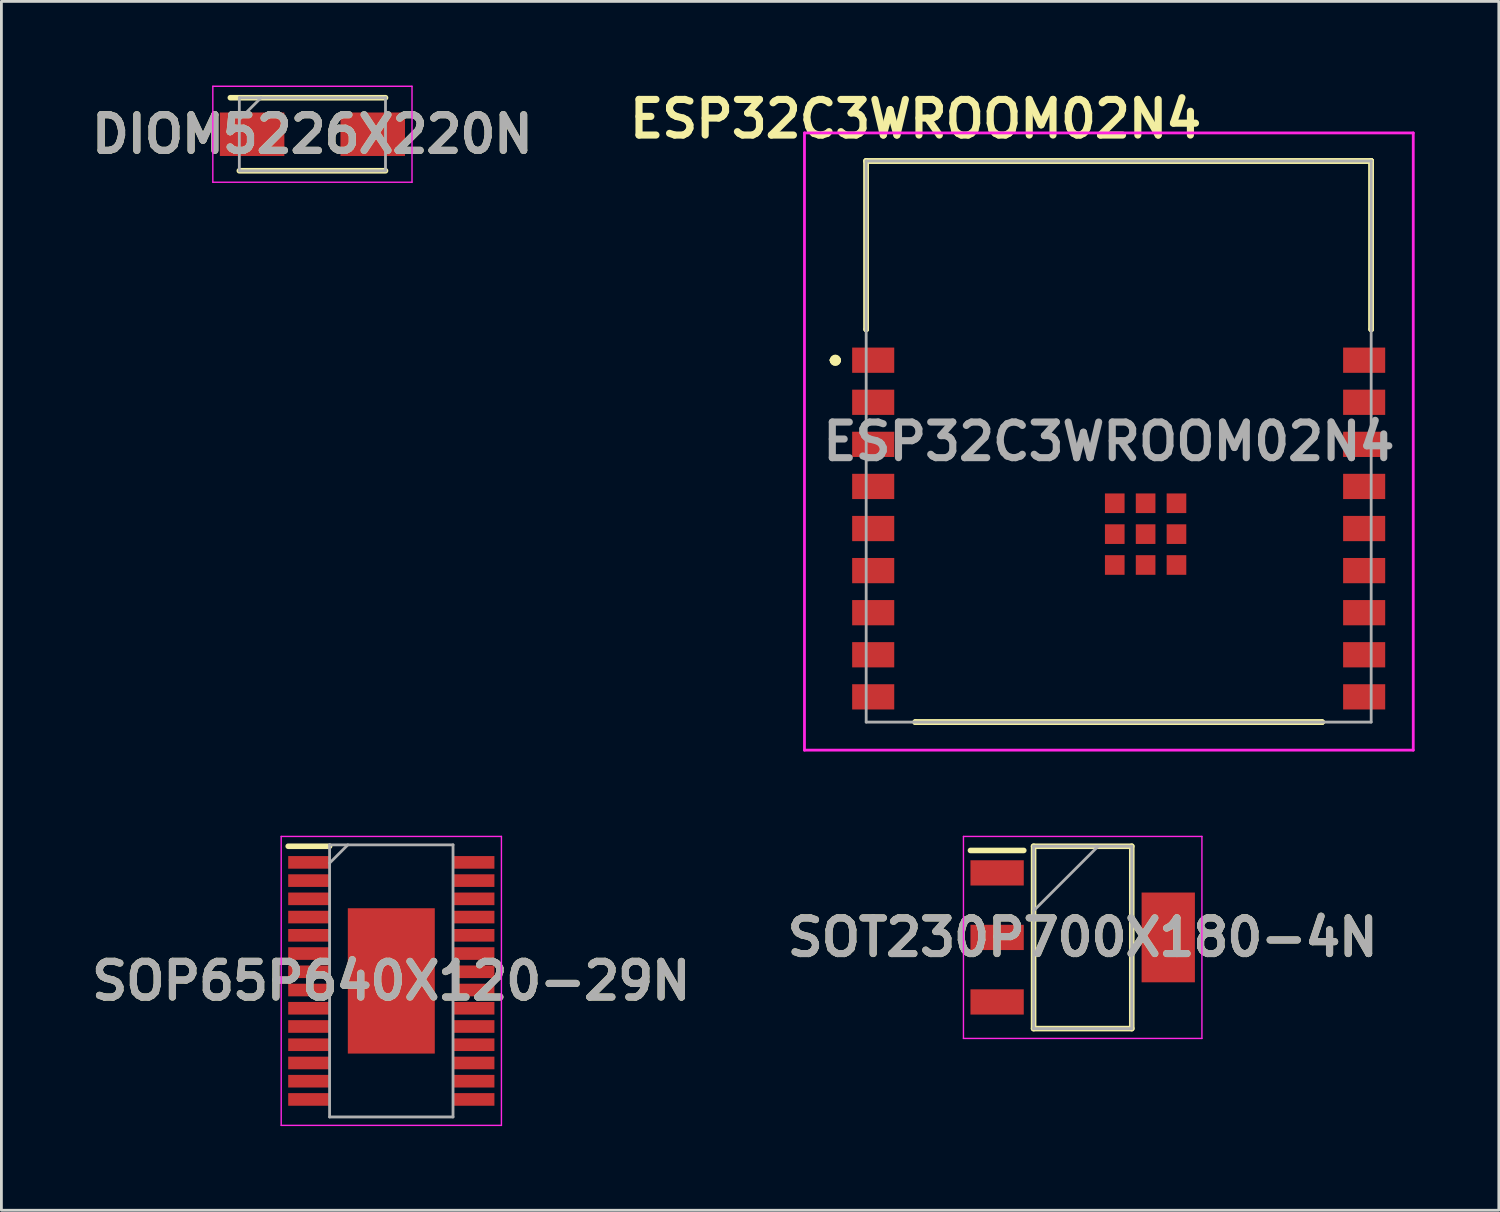
<source format=kicad_pcb>
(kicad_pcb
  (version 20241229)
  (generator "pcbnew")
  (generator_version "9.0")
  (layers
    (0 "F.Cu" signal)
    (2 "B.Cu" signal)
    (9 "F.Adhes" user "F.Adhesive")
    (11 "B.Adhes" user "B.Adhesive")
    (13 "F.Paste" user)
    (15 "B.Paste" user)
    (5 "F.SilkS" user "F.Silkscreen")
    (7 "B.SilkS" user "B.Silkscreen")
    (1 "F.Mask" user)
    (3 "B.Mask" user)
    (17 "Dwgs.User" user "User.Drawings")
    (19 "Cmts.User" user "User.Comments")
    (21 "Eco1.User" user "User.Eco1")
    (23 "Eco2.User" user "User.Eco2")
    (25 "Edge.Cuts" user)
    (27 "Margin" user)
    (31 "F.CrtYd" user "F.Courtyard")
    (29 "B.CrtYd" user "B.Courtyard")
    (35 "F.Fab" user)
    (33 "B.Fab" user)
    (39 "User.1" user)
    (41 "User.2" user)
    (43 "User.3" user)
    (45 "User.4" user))
  (footprint "SOT230P700X180-4N"
    (layer "F.Cu")
    (at 35.542 30.364)
    (property "Reference" "SOT230P700X180-4N" (at 0 0 0) (layer "F.SilkS") (effects (font (size 1.27 1.27) (thickness 0.254))))
    (attr smd)
    (fp_line (start -4 -3.1) (end -2.1 -3.1) (stroke (width 0.2) (type solid)) (layer "F.SilkS"))
    (fp_line (start -1.75 -3.25) (end 1.75 -3.25) (stroke (width 0.2) (type solid)) (layer "F.SilkS"))
    (fp_line (start -1.75 3.25) (end -1.75 -3.25) (stroke (width 0.2) (type solid)) (layer "F.SilkS"))
    (fp_line (start 1.75 -3.25) (end 1.75 3.25) (stroke (width 0.2) (type solid)) (layer "F.SilkS"))
    (fp_line (start 1.75 3.25) (end -1.75 3.25) (stroke (width 0.2) (type solid)) (layer "F.SilkS"))
    (fp_line (start -4.25 -3.6) (end 4.25 -3.6) (stroke (width 0.05) (type solid)) (layer "F.CrtYd"))
    (fp_line (start -4.25 3.6) (end -4.25 -3.6) (stroke (width 0.05) (type solid)) (layer "F.CrtYd"))
    (fp_line (start 4.25 -3.6) (end 4.25 3.6) (stroke (width 0.05) (type solid)) (layer "F.CrtYd"))
    (fp_line (start 4.25 3.6) (end -4.25 3.6) (stroke (width 0.05) (type solid)) (layer "F.CrtYd"))
    (fp_line (start -1.75 -3.25) (end 1.75 -3.25) (stroke (width 0.1) (type solid)) (layer "F.Fab"))
    (fp_line (start -1.75 -0.95) (end 0.55 -3.25) (stroke (width 0.1) (type solid)) (layer "F.Fab"))
    (fp_line (start -1.75 3.25) (end -1.75 -3.25) (stroke (width 0.1) (type solid)) (layer "F.Fab"))
    (fp_line (start 1.75 -3.25) (end 1.75 3.25) (stroke (width 0.1) (type solid)) (layer "F.Fab"))
    (fp_line (start 1.75 3.25) (end -1.75 3.25) (stroke (width 0.1) (type solid)) (layer "F.Fab"))
    (fp_text user "${REFERENCE}" (at 0 0 0) (layer "F.Fab") (effects (font (size 1.27 1.27) (thickness 0.254))))
    (pad "1" smd rect (at -3.05 -2.3 90) (size 0.9 1.9) (layers "F.Cu" "F.Mask" "F.Paste"))
    (pad "2" smd rect (at -3.05 0 90) (size 0.9 1.9) (layers "F.Cu" "F.Mask" "F.Paste"))
    (pad "3" smd rect (at -3.05 2.3 90) (size 0.9 1.9) (layers "F.Cu" "F.Mask" "F.Paste"))
    (pad "4" smd rect (at 3.05 0) (size 1.9 3.2) (layers "F.Cu" "F.Mask" "F.Paste")))
  (footprint "SOP65P640X120-29N"
    (layer "F.Cu")
    (at 10.898 31.914)
    (property "Reference" "SOP65P640X120-29N" (at 0 0 0) (layer "F.SilkS") (effects (font (size 1.27 1.27) (thickness 0.254))))
    (attr smd)
    (fp_line (start -3.675 -4.8) (end -2.2 -4.8) (stroke (width 0.2) (type solid)) (layer "F.SilkS"))
    (fp_line (start -3.925 -5.15) (end 3.925 -5.15) (stroke (width 0.05) (type solid)) (layer "F.CrtYd"))
    (fp_line (start -3.925 5.15) (end -3.925 -5.15) (stroke (width 0.05) (type solid)) (layer "F.CrtYd"))
    (fp_line (start 3.925 -5.15) (end 3.925 5.15) (stroke (width 0.05) (type solid)) (layer "F.CrtYd"))
    (fp_line (start 3.925 5.15) (end -3.925 5.15) (stroke (width 0.05) (type solid)) (layer "F.CrtYd"))
    (fp_line (start -2.2 -4.85) (end 2.2 -4.85) (stroke (width 0.1) (type solid)) (layer "F.Fab"))
    (fp_line (start -2.2 -4.2) (end -1.55 -4.85) (stroke (width 0.1) (type solid)) (layer "F.Fab"))
    (fp_line (start -2.2 4.85) (end -2.2 -4.85) (stroke (width 0.1) (type solid)) (layer "F.Fab"))
    (fp_line (start 2.2 -4.85) (end 2.2 4.85) (stroke (width 0.1) (type solid)) (layer "F.Fab"))
    (fp_line (start 2.2 4.85) (end -2.2 4.85) (stroke (width 0.1) (type solid)) (layer "F.Fab"))
    (fp_text user "${REFERENCE}" (at 0 0 0) (layer "F.Fab") (effects (font (size 1.27 1.27) (thickness 0.254))))
    (pad "1" smd rect (at -2.938 -4.225 90) (size 0.45 1.475) (layers "F.Cu" "F.Mask" "F.Paste"))
    (pad "2" smd rect (at -2.938 -3.575 90) (size 0.45 1.475) (layers "F.Cu" "F.Mask" "F.Paste"))
    (pad "3" smd rect (at -2.938 -2.925 90) (size 0.45 1.475) (layers "F.Cu" "F.Mask" "F.Paste"))
    (pad "4" smd rect (at -2.938 -2.275 90) (size 0.45 1.475) (layers "F.Cu" "F.Mask" "F.Paste"))
    (pad "5" smd rect (at -2.938 -1.625 90) (size 0.45 1.475) (layers "F.Cu" "F.Mask" "F.Paste"))
    (pad "6" smd rect (at -2.938 -0.975 90) (size 0.45 1.475) (layers "F.Cu" "F.Mask" "F.Paste"))
    (pad "7" smd rect (at -2.938 -0.325 90) (size 0.45 1.475) (layers "F.Cu" "F.Mask" "F.Paste"))
    (pad "8" smd rect (at -2.938 0.325 90) (size 0.45 1.475) (layers "F.Cu" "F.Mask" "F.Paste"))
    (pad "9" smd rect (at -2.938 0.975 90) (size 0.45 1.475) (layers "F.Cu" "F.Mask" "F.Paste"))
    (pad "10" smd rect (at -2.938 1.625 90) (size 0.45 1.475) (layers "F.Cu" "F.Mask" "F.Paste"))
    (pad "11" smd rect (at -2.938 2.275 90) (size 0.45 1.475) (layers "F.Cu" "F.Mask" "F.Paste"))
    (pad "12" smd rect (at -2.938 2.925 90) (size 0.45 1.475) (layers "F.Cu" "F.Mask" "F.Paste"))
    (pad "13" smd rect (at -2.938 3.575 90) (size 0.45 1.475) (layers "F.Cu" "F.Mask" "F.Paste"))
    (pad "14" smd rect (at -2.938 4.225 90) (size 0.45 1.475) (layers "F.Cu" "F.Mask" "F.Paste"))
    (pad "15" smd rect (at 2.938 4.225 90) (size 0.45 1.475) (layers "F.Cu" "F.Mask" "F.Paste"))
    (pad "16" smd rect (at 2.938 3.575 90) (size 0.45 1.475) (layers "F.Cu" "F.Mask" "F.Paste"))
    (pad "17" smd rect (at 2.938 2.925 90) (size 0.45 1.475) (layers "F.Cu" "F.Mask" "F.Paste"))
    (pad "18" smd rect (at 2.938 2.275 90) (size 0.45 1.475) (layers "F.Cu" "F.Mask" "F.Paste"))
    (pad "19" smd rect (at 2.938 1.625 90) (size 0.45 1.475) (layers "F.Cu" "F.Mask" "F.Paste"))
    (pad "20" smd rect (at 2.938 0.975 90) (size 0.45 1.475) (layers "F.Cu" "F.Mask" "F.Paste"))
    (pad "21" smd rect (at 2.938 0.325 90) (size 0.45 1.475) (layers "F.Cu" "F.Mask" "F.Paste"))
    (pad "22" smd rect (at 2.938 -0.325 90) (size 0.45 1.475) (layers "F.Cu" "F.Mask" "F.Paste"))
    (pad "23" smd rect (at 2.938 -0.975 90) (size 0.45 1.475) (layers "F.Cu" "F.Mask" "F.Paste"))
    (pad "24" smd rect (at 2.938 -1.625 90) (size 0.45 1.475) (layers "F.Cu" "F.Mask" "F.Paste"))
    (pad "25" smd rect (at 2.938 -2.275 90) (size 0.45 1.475) (layers "F.Cu" "F.Mask" "F.Paste"))
    (pad "26" smd rect (at 2.938 -2.925 90) (size 0.45 1.475) (layers "F.Cu" "F.Mask" "F.Paste"))
    (pad "27" smd rect (at 2.938 -3.575 90) (size 0.45 1.475) (layers "F.Cu" "F.Mask" "F.Paste"))
    (pad "28" smd rect (at 2.938 -4.225 90) (size 0.45 1.475) (layers "F.Cu" "F.Mask" "F.Paste"))
    (pad "29" smd rect (at 0 0) (size 3.1 5.18) (layers "F.Cu" "F.Mask" "F.Paste")))
  (footprint "DIOM5226X220N"
    (layer "F.Cu")
    (at 8.086 1.735)
    (property "Reference" "DIOM5226X220N" (at 0 0 0) (layer "F.SilkS") (effects (font (size 1.27 1.27) (thickness 0.254))))
    (attr smd)
    (fp_line (start -2.605 1.302) (end 2.605 1.302) (stroke (width 0.2) (type solid)) (layer "F.SilkS"))
    (fp_line (start 2.605 -1.302) (end -2.925 -1.302) (stroke (width 0.2) (type solid)) (layer "F.SilkS"))
    (fp_line (start -3.55 -1.71) (end 3.55 -1.71) (stroke (width 0.05) (type solid)) (layer "F.CrtYd"))
    (fp_line (start -3.55 1.71) (end -3.55 -1.71) (stroke (width 0.05) (type solid)) (layer "F.CrtYd"))
    (fp_line (start 3.55 -1.71) (end 3.55 1.71) (stroke (width 0.05) (type solid)) (layer "F.CrtYd"))
    (fp_line (start 3.55 1.71) (end -3.55 1.71) (stroke (width 0.05) (type solid)) (layer "F.CrtYd"))
    (fp_line (start -2.605 -1.302) (end 2.605 -1.302) (stroke (width 0.1) (type solid)) (layer "F.Fab"))
    (fp_line (start -2.605 -0.528) (end -1.83 -1.302) (stroke (width 0.1) (type solid)) (layer "F.Fab"))
    (fp_line (start -2.605 1.302) (end -2.605 -1.302) (stroke (width 0.1) (type solid)) (layer "F.Fab"))
    (fp_line (start 2.605 -1.302) (end 2.605 1.302) (stroke (width 0.1) (type solid)) (layer "F.Fab"))
    (fp_line (start 2.605 1.302) (end -2.605 1.302) (stroke (width 0.1) (type solid)) (layer "F.Fab"))
    (fp_text user "${REFERENCE}" (at 0 0 0) (layer "F.Fab") (effects (font (size 1.27 1.27) (thickness 0.254))))
    (pad "1" smd rect (at -2.15 0 90) (size 1.55 2.3) (layers "F.Cu" "F.Mask" "F.Paste"))
    (pad "2" smd rect (at 2.15 0 90) (size 1.55 2.3) (layers "F.Cu" "F.Mask" "F.Paste")))
  (footprint "ESP32C3WROOM02N4"
    (layer "F.Cu")
    (at 37.785 15.989)
    (property "Reference" "ESP32C3WROOM02N4" (at -8.2 -14.8 0) (layer "F.SilkS") (effects (font (size 1.27 1.27) (thickness 0.254))))
    (attr smd)
    (fp_line (start -11.16 -6.2) (end -11.16 -6.2) (stroke (width 0.2) (type solid)) (layer "F.SilkS"))
    (fp_line (start -11.16 -6.2) (end -11.16 -6.2) (stroke (width 0.2) (type solid)) (layer "F.SilkS"))
    (fp_line (start -10.96 -6.2) (end -10.96 -6.2) (stroke (width 0.2) (type solid)) (layer "F.SilkS"))
    (fp_line (start -9.96 -13.3) (end -9.96 -13.3) (stroke (width 0.2) (type solid)) (layer "F.SilkS"))
    (fp_line (start -9.96 -13.3) (end -9.96 -13.3) (stroke (width 0.2) (type solid)) (layer "F.SilkS"))
    (fp_line (start -9.96 -13.3) (end -9.96 -7.3) (stroke (width 0.2) (type solid)) (layer "F.SilkS"))
    (fp_line (start -9.96 -13.3) (end 8.04 -13.3) (stroke (width 0.2) (type solid)) (layer "F.SilkS"))
    (fp_line (start -9.96 -7.3) (end -9.96 -13.3) (stroke (width 0.2) (type solid)) (layer "F.SilkS"))
    (fp_line (start -9.96 -7.3) (end -9.96 -7.3) (stroke (width 0.2) (type solid)) (layer "F.SilkS"))
    (fp_line (start -8.21 6.7) (end -8.21 6.7) (stroke (width 0.2) (type solid)) (layer "F.SilkS"))
    (fp_line (start -8.21 6.7) (end 6.29 6.7) (stroke (width 0.2) (type solid)) (layer "F.SilkS"))
    (fp_line (start 6.29 6.7) (end -8.21 6.7) (stroke (width 0.2) (type solid)) (layer "F.SilkS"))
    (fp_line (start 6.29 6.7) (end 6.29 6.7) (stroke (width 0.2) (type solid)) (layer "F.SilkS"))
    (fp_line (start 8.04 -13.3) (end -9.96 -13.3) (stroke (width 0.2) (type solid)) (layer "F.SilkS"))
    (fp_line (start 8.04 -13.3) (end 8.04 -13.3) (stroke (width 0.2) (type solid)) (layer "F.SilkS"))
    (fp_line (start 8.04 -13.3) (end 8.04 -13.3) (stroke (width 0.2) (type solid)) (layer "F.SilkS"))
    (fp_line (start 8.04 -13.3) (end 8.04 -7.3) (stroke (width 0.2) (type solid)) (layer "F.SilkS"))
    (fp_line (start 8.04 -7.3) (end 8.04 -13.3) (stroke (width 0.2) (type solid)) (layer "F.SilkS"))
    (fp_line (start 8.04 -7.3) (end 8.04 -7.3) (stroke (width 0.2) (type solid)) (layer "F.SilkS"))
    (fp_arc (start -11.16 -6.2) (mid -11.06 -6.3) (end -10.96 -6.2) (stroke (width 0.2) (type solid)) (layer "F.SilkS"))
    (fp_arc (start -10.96 -6.2) (mid -11.06 -6.1) (end -11.16 -6.2) (stroke (width 0.2) (type solid)) (layer "F.SilkS"))
    (fp_arc (start -10.96 -6.2) (mid -11.06 -6.1) (end -11.16 -6.2) (stroke (width 0.2) (type solid)) (layer "F.SilkS"))
    (fp_line (start -12.16 -14.3) (end 9.54 -14.3) (stroke (width 0.1) (type solid)) (layer "F.CrtYd"))
    (fp_line (start -12.16 7.7) (end -12.16 -14.3) (stroke (width 0.1) (type solid)) (layer "F.CrtYd"))
    (fp_line (start 9.54 -14.3) (end 9.54 7.7) (stroke (width 0.1) (type solid)) (layer "F.CrtYd"))
    (fp_line (start 9.54 7.7) (end -12.16 7.7) (stroke (width 0.1) (type solid)) (layer "F.CrtYd"))
    (fp_line (start -9.96 -13.3) (end -9.96 6.7) (stroke (width 0.1) (type solid)) (layer "F.Fab"))
    (fp_line (start -9.96 6.7) (end 8.04 6.7) (stroke (width 0.1) (type solid)) (layer "F.Fab"))
    (fp_line (start 8.04 -13.3) (end -9.96 -13.3) (stroke (width 0.1) (type solid)) (layer "F.Fab"))
    (fp_line (start 8.04 6.7) (end 8.04 -13.3) (stroke (width 0.1) (type solid)) (layer "F.Fab"))
    (fp_text user "${REFERENCE}" (at -1.31 -3.3 0) (layer "F.Fab") (effects (font (size 1.27 1.27) (thickness 0.254))))
    (pad "1" smd rect (at -9.71 -6.2 90) (size 0.9 1.5) (layers "F.Cu" "F.Mask" "F.Paste"))
    (pad "2" smd rect (at -9.71 -4.7 90) (size 0.9 1.5) (layers "F.Cu" "F.Mask" "F.Paste"))
    (pad "3" smd rect (at -9.71 -3.2 90) (size 0.9 1.5) (layers "F.Cu" "F.Mask" "F.Paste"))
    (pad "4" smd rect (at -9.71 -1.7 90) (size 0.9 1.5) (layers "F.Cu" "F.Mask" "F.Paste"))
    (pad "5" smd rect (at -9.71 -0.2 90) (size 0.9 1.5) (layers "F.Cu" "F.Mask" "F.Paste"))
    (pad "6" smd rect (at -9.71 1.3 90) (size 0.9 1.5) (layers "F.Cu" "F.Mask" "F.Paste"))
    (pad "7" smd rect (at -9.71 2.8 90) (size 0.9 1.5) (layers "F.Cu" "F.Mask" "F.Paste"))
    (pad "8" smd rect (at -9.71 4.3 90) (size 0.9 1.5) (layers "F.Cu" "F.Mask" "F.Paste"))
    (pad "9" smd rect (at -9.71 5.8 90) (size 0.9 1.5) (layers "F.Cu" "F.Mask" "F.Paste"))
    (pad "10" smd rect (at 7.79 5.8 90) (size 0.9 1.5) (layers "F.Cu" "F.Mask" "F.Paste"))
    (pad "11" smd rect (at 7.79 4.3 90) (size 0.9 1.5) (layers "F.Cu" "F.Mask" "F.Paste"))
    (pad "12" smd rect (at 7.79 2.8 90) (size 0.9 1.5) (layers "F.Cu" "F.Mask" "F.Paste"))
    (pad "13" smd rect (at 7.79 1.3 90) (size 0.9 1.5) (layers "F.Cu" "F.Mask" "F.Paste"))
    (pad "14" smd rect (at 7.79 -0.2 90) (size 0.9 1.5) (layers "F.Cu" "F.Mask" "F.Paste"))
    (pad "15" smd rect (at 7.79 -1.7 90) (size 0.9 1.5) (layers "F.Cu" "F.Mask" "F.Paste"))
    (pad "16" smd rect (at 7.79 -3.2 90) (size 0.9 1.5) (layers "F.Cu" "F.Mask" "F.Paste"))
    (pad "17" smd rect (at 7.79 -4.7 90) (size 0.9 1.5) (layers "F.Cu" "F.Mask" "F.Paste"))
    (pad "18" smd rect (at 7.79 -6.2 90) (size 0.9 1.5) (layers "F.Cu" "F.Mask" "F.Paste"))
    (pad "19" smd rect (at 0 0 90) (size 0.7 0.7) (layers "F.Cu" "F.Mask" "F.Paste"))
    (pad "20" smd rect (at 1.1 0 90) (size 0.7 0.7) (layers "F.Cu" "F.Mask" "F.Paste"))
    (pad "21" smd rect (at 1.1 -1.1 90) (size 0.7 0.7) (layers "F.Cu" "F.Mask" "F.Paste"))
    (pad "22" smd rect (at 0 -1.1 90) (size 0.7 0.7) (layers "F.Cu" "F.Mask" "F.Paste"))
    (pad "23" smd rect (at -1.1 -1.1 90) (size 0.7 0.7) (layers "F.Cu" "F.Mask" "F.Paste"))
    (pad "24" smd rect (at -1.1 0 90) (size 0.7 0.7) (layers "F.Cu" "F.Mask" "F.Paste"))
    (pad "25" smd rect (at -1.1 1.1 90) (size 0.7 0.7) (layers "F.Cu" "F.Mask" "F.Paste"))
    (pad "26" smd rect (at 0 1.1 90) (size 0.7 0.7) (layers "F.Cu" "F.Mask" "F.Paste"))
    (pad "27" smd rect (at 1.1 1.1 90) (size 0.7 0.7) (layers "F.Cu" "F.Mask" "F.Paste")))
  (gr_rect
    (start -3 -3)
    (end 50.375 40.089)
    (stroke (width 0.1) (type default))
    (fill no)
    (layer "Edge.Cuts")))
</source>
